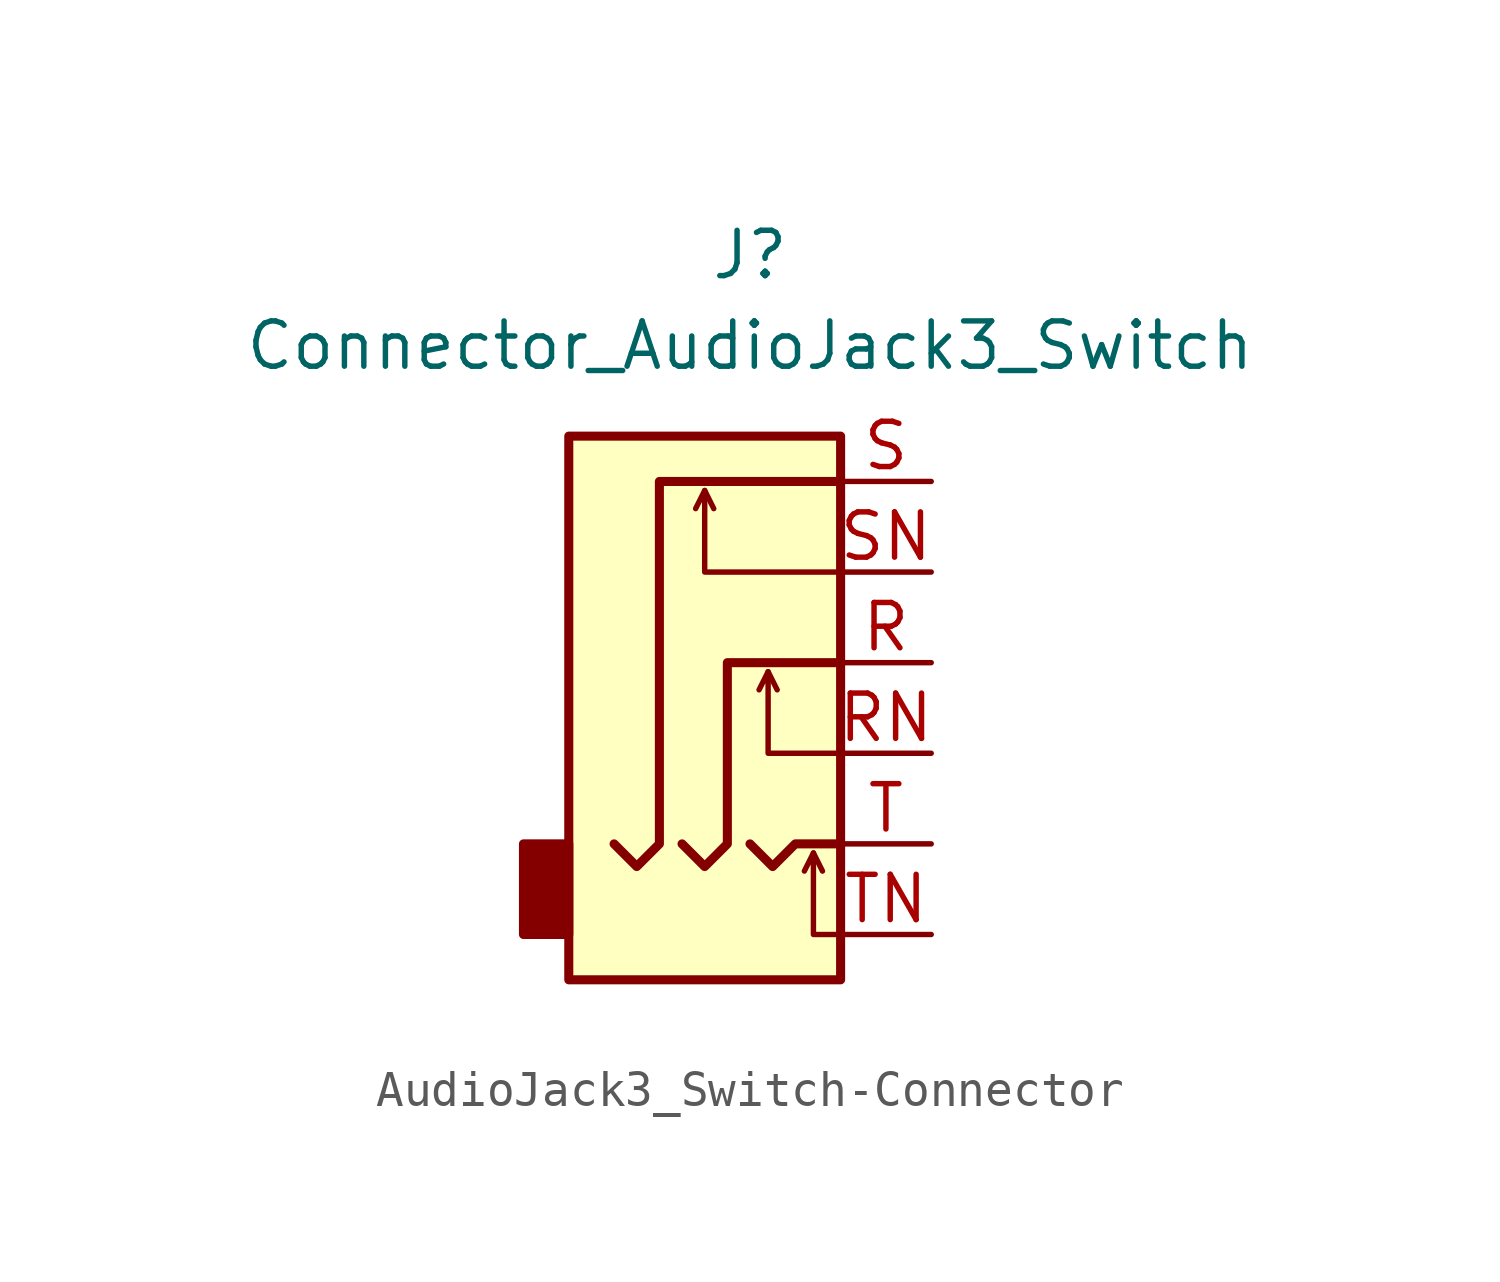
<source format=kicad_sym>
(kicad_symbol_lib
  (version 20231120)
  (generator "kicad_symbol_editor")
  (generator_version "8.0")
  (symbol "AudioJack3_Switch-Connector"
    (property "Reference" "J"
      (at 0 11.43 0)
      (effects (font (size 1.27 1.27))))
    (property "Value" "Connector_AudioJack3_Switch"
      (at 0 8.89 0)
      (effects (font (size 1.27 1.27))))
    (symbol "AudioJack3_Switch-Connector_0_1"
      (rectangle (start -5.08 -5.08) (end -6.35 -7.62) (stroke (width 0.254) (type solid)) (fill (type outline)))
      (polyline (pts (xy -1.27 4.826) (xy -1.016 4.318)) (stroke (width 0) (type solid)) (fill (type none)))
      (polyline (pts (xy 0.508 -0.254) (xy 0.762 -0.762)) (stroke (width 0) (type solid)) (fill (type none)))
      (polyline (pts (xy 1.778 -5.334) (xy 2.032 -5.842)) (stroke (width 0) (type solid)) (fill (type none)))
      (polyline (pts (xy 0 -5.08) (xy 0.635 -5.715) (xy 1.27 -5.08) (xy 2.54 -5.08)) (stroke (width 0.254) (type solid)) (fill (type none)))
      (polyline (pts (xy 2.54 -7.62) (xy 1.778 -7.62) (xy 1.778 -5.334) (xy 1.524 -5.842)) (stroke (width 0) (type solid)) (fill (type none)))
      (polyline (pts (xy 2.54 -2.54) (xy 0.508 -2.54) (xy 0.508 -0.254) (xy 0.254 -0.762)) (stroke (width 0) (type solid)) (fill (type none)))
      (polyline (pts (xy 2.54 2.54) (xy -1.27 2.54) (xy -1.27 4.826) (xy -1.524 4.318)) (stroke (width 0) (type solid)) (fill (type none)))
      (polyline (pts (xy -1.905 -5.08) (xy -1.27 -5.715) (xy -0.635 -5.08) (xy -0.635 0) (xy 2.54 0)) (stroke (width 0.254) (type solid)) (fill (type none)))
      (polyline (pts (xy 2.54 5.08) (xy -2.54 5.08) (xy -2.54 -5.08) (xy -3.175 -5.715) (xy -3.81 -5.08)) (stroke (width 0.254) (type solid)) (fill (type none)))
      (rectangle (start 2.54 6.35) (end -5.08 -8.89) (stroke (width 0.254) (type solid)) (fill (type background))))
    (symbol "AudioJack3_Switch-Connector_1_1"
      (pin passive line (at 5.08 0 180) (length 2.54) (name "~" (effects (font (size 1.27 1.27)))) (number "R" (effects (font (size 1.27 1.27)))))
      (pin passive line (at 5.08 -2.54 180) (length 2.54) (name "~" (effects (font (size 1.27 1.27)))) (number "RN" (effects (font (size 1.27 1.27)))))
      (pin passive line (at 5.08 5.08 180) (length 2.54) (name "~" (effects (font (size 1.27 1.27)))) (number "S" (effects (font (size 1.27 1.27)))))
      (pin passive line (at 5.08 2.54 180) (length 2.54) (name "~" (effects (font (size 1.27 1.27)))) (number "SN" (effects (font (size 1.27 1.27)))))
      (pin passive line (at 5.08 -5.08 180) (length 2.54) (name "~" (effects (font (size 1.27 1.27)))) (number "T" (effects (font (size 1.27 1.27)))))
      (pin passive line (at 5.08 -7.62 180) (length 2.54) (name "~" (effects (font (size 1.27 1.27)))) (number "TN" (effects (font (size 1.27 1.27))))))))
</source>
